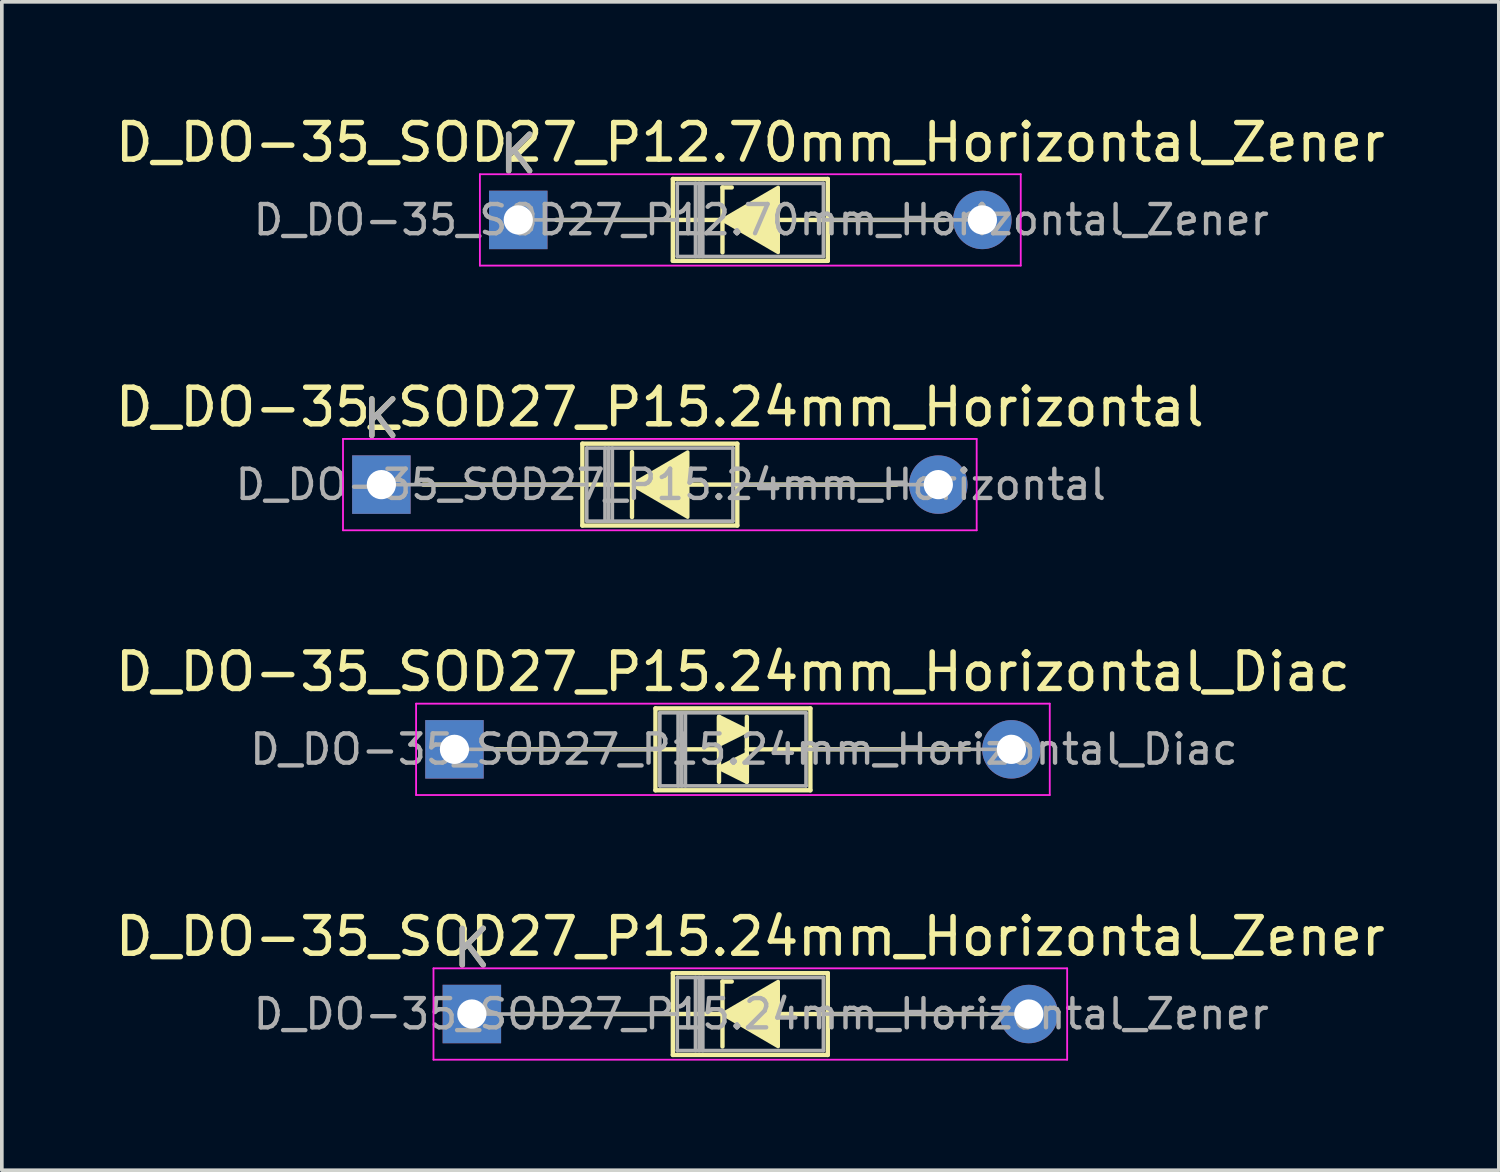
<source format=kicad_pcb>
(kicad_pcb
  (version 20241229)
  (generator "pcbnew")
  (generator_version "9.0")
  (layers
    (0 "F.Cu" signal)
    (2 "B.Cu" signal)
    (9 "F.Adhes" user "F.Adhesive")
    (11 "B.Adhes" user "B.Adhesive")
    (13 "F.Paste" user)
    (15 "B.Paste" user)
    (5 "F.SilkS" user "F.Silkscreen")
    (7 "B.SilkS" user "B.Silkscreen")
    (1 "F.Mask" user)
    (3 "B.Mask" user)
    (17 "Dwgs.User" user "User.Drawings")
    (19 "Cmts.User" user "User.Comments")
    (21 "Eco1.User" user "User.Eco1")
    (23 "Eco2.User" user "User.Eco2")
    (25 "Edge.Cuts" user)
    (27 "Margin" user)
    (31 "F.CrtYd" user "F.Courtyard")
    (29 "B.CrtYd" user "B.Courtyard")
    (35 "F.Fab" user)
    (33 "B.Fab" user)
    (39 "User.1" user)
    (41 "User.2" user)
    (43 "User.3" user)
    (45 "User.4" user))
  (footprint "D_DO-35_SOD27_P12.70mm_Horizontal_Zener"
    (layer "F.Cu")
    (at 11.132 2.968)
    (property "Reference" "D_DO-35_SOD27_P12.70mm_Horizontal_Zener" (at 6.35 -2.12 0) (layer "F.SilkS") (effects (font (size 1 1) (thickness 0.15))))
    (attr through_hole)
    (fp_line (start 1.04 0) (end 4.23 0) (stroke (width 0.12) (type solid)) (layer "F.SilkS"))
    (fp_line (start 4.23 -1.12) (end 4.23 1.12) (stroke (width 0.12) (type solid)) (layer "F.SilkS"))
    (fp_line (start 4.23 0) (end 5.969 0) (stroke (width 0.12) (type solid)) (layer "F.SilkS"))
    (fp_line (start 4.23 1.12) (end 8.47 1.12) (stroke (width 0.12) (type solid)) (layer "F.SilkS"))
    (fp_line (start 5.588 -0.889) (end 5.588 0.889) (stroke (width 0.12) (type solid)) (layer "F.SilkS"))
    (fp_line (start 5.588 -0.889) (end 5.842 -0.889) (stroke (width 0.12) (type solid)) (layer "F.SilkS"))
    (fp_line (start 8.47 -1.12) (end 4.23 -1.12) (stroke (width 0.12) (type solid)) (layer "F.SilkS"))
    (fp_line (start 8.47 0) (end 7.112 0) (stroke (width 0.12) (type solid)) (layer "F.SilkS"))
    (fp_line (start 8.47 1.12) (end 8.47 -1.12) (stroke (width 0.12) (type solid)) (layer "F.SilkS"))
    (fp_line (start 11.66 0) (end 8.47 0) (stroke (width 0.12) (type solid)) (layer "F.SilkS"))
    (fp_poly (pts (xy 7.112 0.889) (xy 5.588 0) (xy 7.112 -0.889)) (stroke (width 0.1) (type solid)) (fill yes) (layer "F.SilkS"))
    (fp_line (start -1.05 -1.25) (end -1.05 1.25) (stroke (width 0.05) (type solid)) (layer "F.CrtYd"))
    (fp_line (start -1.05 1.25) (end 13.75 1.25) (stroke (width 0.05) (type solid)) (layer "F.CrtYd"))
    (fp_line (start 13.75 -1.25) (end -1.05 -1.25) (stroke (width 0.05) (type solid)) (layer "F.CrtYd"))
    (fp_line (start 13.75 1.25) (end 13.75 -1.25) (stroke (width 0.05) (type solid)) (layer "F.CrtYd"))
    (fp_line (start 0 0) (end 4.35 0) (stroke (width 0.1) (type solid)) (layer "F.Fab"))
    (fp_line (start 4.35 -1) (end 4.35 1) (stroke (width 0.1) (type solid)) (layer "F.Fab"))
    (fp_line (start 4.35 1) (end 8.35 1) (stroke (width 0.1) (type solid)) (layer "F.Fab"))
    (fp_line (start 4.85 -1) (end 4.85 1) (stroke (width 0.1) (type solid)) (layer "F.Fab"))
    (fp_line (start 4.95 -1) (end 4.95 1) (stroke (width 0.1) (type solid)) (layer "F.Fab"))
    (fp_line (start 5.05 -1) (end 5.05 1) (stroke (width 0.1) (type solid)) (layer "F.Fab"))
    (fp_line (start 8.35 -1) (end 4.35 -1) (stroke (width 0.1) (type solid)) (layer "F.Fab"))
    (fp_line (start 8.35 1) (end 8.35 -1) (stroke (width 0.1) (type solid)) (layer "F.Fab"))
    (fp_line (start 12.7 0) (end 8.35 0) (stroke (width 0.1) (type solid)) (layer "F.Fab"))
    (fp_text user "K" (at 0 -1.8 0) (layer "F.SilkS") (effects (font (size 1 1) (thickness 0.15))))
    (fp_text user "K" (at 0 -1.8 0) (layer "F.Fab") (effects (font (size 1 1) (thickness 0.15))))
    (fp_text user "${REFERENCE}" (at 6.65 0 0) (layer "F.Fab") (effects (font (size 0.8 0.8) (thickness 0.12))))
    (pad "1" thru_hole rect (at 0 0) (size 1.6 1.6) (drill 0.8) (layers "*.Cu" "*.Mask"))
    (pad "2" thru_hole oval (at 12.7 0) (size 1.6 1.6) (drill 0.8) (layers "*.Cu" "*.Mask")))
  (footprint "D_DO-35_SOD27_P15.24mm_Horizontal_Zener"
    (layer "F.Cu")
    (at 9.862 24.698)
    (property "Reference" "D_DO-35_SOD27_P15.24mm_Horizontal_Zener" (at 7.62 -2.12 0) (layer "F.SilkS") (effects (font (size 1 1) (thickness 0.15))))
    (attr through_hole)
    (fp_line (start 1.143 0) (end 5.5 0) (stroke (width 0.12) (type solid)) (layer "F.SilkS"))
    (fp_line (start 5.5 -1.12) (end 5.5 1.12) (stroke (width 0.12) (type solid)) (layer "F.SilkS"))
    (fp_line (start 5.5 0) (end 7.239 0) (stroke (width 0.12) (type solid)) (layer "F.SilkS"))
    (fp_line (start 5.5 1.12) (end 9.74 1.12) (stroke (width 0.12) (type solid)) (layer "F.SilkS"))
    (fp_line (start 6.858 -0.889) (end 6.858 0.889) (stroke (width 0.12) (type solid)) (layer "F.SilkS"))
    (fp_line (start 6.858 -0.889) (end 7.112 -0.889) (stroke (width 0.12) (type solid)) (layer "F.SilkS"))
    (fp_line (start 9.74 -1.12) (end 5.5 -1.12) (stroke (width 0.12) (type solid)) (layer "F.SilkS"))
    (fp_line (start 9.74 0) (end 8.382 0) (stroke (width 0.12) (type solid)) (layer "F.SilkS"))
    (fp_line (start 9.74 1.12) (end 9.74 -1.12) (stroke (width 0.12) (type solid)) (layer "F.SilkS"))
    (fp_line (start 14.097 0) (end 9.74 0) (stroke (width 0.12) (type solid)) (layer "F.SilkS"))
    (fp_poly (pts (xy 8.382 0.889) (xy 6.858 0) (xy 8.382 -0.889)) (stroke (width 0.1) (type solid)) (fill yes) (layer "F.SilkS"))
    (fp_line (start -1.05 -1.25) (end -1.05 1.25) (stroke (width 0.05) (type solid)) (layer "F.CrtYd"))
    (fp_line (start -1.05 1.25) (end 16.29 1.25) (stroke (width 0.05) (type solid)) (layer "F.CrtYd"))
    (fp_line (start 16.29 -1.25) (end -1.05 -1.25) (stroke (width 0.05) (type solid)) (layer "F.CrtYd"))
    (fp_line (start 16.29 1.25) (end 16.29 -1.25) (stroke (width 0.05) (type solid)) (layer "F.CrtYd"))
    (fp_line (start 0 0) (end 5.62 0) (stroke (width 0.1) (type solid)) (layer "F.Fab"))
    (fp_line (start 5.62 -1) (end 5.62 1) (stroke (width 0.1) (type solid)) (layer "F.Fab"))
    (fp_line (start 5.62 1) (end 9.62 1) (stroke (width 0.1) (type solid)) (layer "F.Fab"))
    (fp_line (start 6.12 -1) (end 6.12 1) (stroke (width 0.1) (type solid)) (layer "F.Fab"))
    (fp_line (start 6.22 -1) (end 6.22 1) (stroke (width 0.1) (type solid)) (layer "F.Fab"))
    (fp_line (start 6.32 -1) (end 6.32 1) (stroke (width 0.1) (type solid)) (layer "F.Fab"))
    (fp_line (start 9.62 -1) (end 5.62 -1) (stroke (width 0.1) (type solid)) (layer "F.Fab"))
    (fp_line (start 9.62 1) (end 9.62 -1) (stroke (width 0.1) (type solid)) (layer "F.Fab"))
    (fp_line (start 15.24 0) (end 9.62 0) (stroke (width 0.1) (type solid)) (layer "F.Fab"))
    (fp_text user "K" (at 0 -1.8 0) (layer "F.SilkS") (effects (font (size 1 1) (thickness 0.15))))
    (fp_text user "${REFERENCE}" (at 7.92 0 0) (layer "F.Fab") (effects (font (size 0.8 0.8) (thickness 0.12))))
    (fp_text user "K" (at 0 -1.8 0) (layer "F.Fab") (effects (font (size 1 1) (thickness 0.15))))
    (pad "1" thru_hole rect (at 0 0) (size 1.6 1.6) (drill 0.8) (layers "*.Cu" "*.Mask"))
    (pad "2" thru_hole oval (at 15.24 0) (size 1.6 1.6) (drill 0.8) (layers "*.Cu" "*.Mask")))
  (footprint "D_DO-35_SOD27_P15.24mm_Horizontal"
    (layer "F.Cu")
    (at 7.386 10.211)
    (property "Reference" "D_DO-35_SOD27_P15.24mm_Horizontal" (at 7.62 -2.12 0) (layer "F.SilkS") (effects (font (size 1 1) (thickness 0.15))))
    (attr through_hole)
    (fp_line (start 1.143 0) (end 5.5 0) (stroke (width 0.12) (type solid)) (layer "F.SilkS"))
    (fp_line (start 5.5 -1.12) (end 5.5 1.12) (stroke (width 0.12) (type solid)) (layer "F.SilkS"))
    (fp_line (start 5.5 0) (end 7.239 0) (stroke (width 0.12) (type solid)) (layer "F.SilkS"))
    (fp_line (start 5.5 1.12) (end 9.74 1.12) (stroke (width 0.12) (type solid)) (layer "F.SilkS"))
    (fp_line (start 6.858 -0.889) (end 6.858 0.889) (stroke (width 0.12) (type solid)) (layer "F.SilkS"))
    (fp_line (start 9.74 -1.12) (end 5.5 -1.12) (stroke (width 0.12) (type solid)) (layer "F.SilkS"))
    (fp_line (start 9.74 0) (end 8.382 0) (stroke (width 0.12) (type solid)) (layer "F.SilkS"))
    (fp_line (start 9.74 1.12) (end 9.74 -1.12) (stroke (width 0.12) (type solid)) (layer "F.SilkS"))
    (fp_line (start 14.097 0) (end 9.74 0) (stroke (width 0.12) (type solid)) (layer "F.SilkS"))
    (fp_poly (pts (xy 8.382 0.889) (xy 6.858 0) (xy 8.382 -0.889)) (stroke (width 0.1) (type solid)) (fill yes) (layer "F.SilkS"))
    (fp_line (start -1.05 -1.25) (end -1.05 1.25) (stroke (width 0.05) (type solid)) (layer "F.CrtYd"))
    (fp_line (start -1.05 1.25) (end 16.29 1.25) (stroke (width 0.05) (type solid)) (layer "F.CrtYd"))
    (fp_line (start 16.29 -1.25) (end -1.05 -1.25) (stroke (width 0.05) (type solid)) (layer "F.CrtYd"))
    (fp_line (start 16.29 1.25) (end 16.29 -1.25) (stroke (width 0.05) (type solid)) (layer "F.CrtYd"))
    (fp_line (start 0 0) (end 5.62 0) (stroke (width 0.1) (type solid)) (layer "F.Fab"))
    (fp_line (start 5.62 -1) (end 5.62 1) (stroke (width 0.1) (type solid)) (layer "F.Fab"))
    (fp_line (start 5.62 1) (end 9.62 1) (stroke (width 0.1) (type solid)) (layer "F.Fab"))
    (fp_line (start 6.12 -1) (end 6.12 1) (stroke (width 0.1) (type solid)) (layer "F.Fab"))
    (fp_line (start 6.22 -1) (end 6.22 1) (stroke (width 0.1) (type solid)) (layer "F.Fab"))
    (fp_line (start 6.32 -1) (end 6.32 1) (stroke (width 0.1) (type solid)) (layer "F.Fab"))
    (fp_line (start 9.62 -1) (end 5.62 -1) (stroke (width 0.1) (type solid)) (layer "F.Fab"))
    (fp_line (start 9.62 1) (end 9.62 -1) (stroke (width 0.1) (type solid)) (layer "F.Fab"))
    (fp_line (start 15.24 0) (end 9.62 0) (stroke (width 0.1) (type solid)) (layer "F.Fab"))
    (fp_text user "K" (at 0 -1.8 0) (layer "F.SilkS") (effects (font (size 1 1) (thickness 0.15))))
    (fp_text user "${REFERENCE}" (at 7.92 0 0) (layer "F.Fab") (effects (font (size 0.8 0.8) (thickness 0.12))))
    (fp_text user "K" (at 0 -1.8 0) (layer "F.Fab") (effects (font (size 1 1) (thickness 0.15))))
    (pad "1" thru_hole rect (at 0 0) (size 1.6 1.6) (drill 0.8) (layers "*.Cu" "*.Mask"))
    (pad "2" thru_hole oval (at 15.24 0) (size 1.6 1.6) (drill 0.8) (layers "*.Cu" "*.Mask")))
  (footprint "D_DO-35_SOD27_P15.24mm_Horizontal_Diac"
    (layer "F.Cu")
    (at 9.386 17.455)
    (property "Reference" "D_DO-35_SOD27_P15.24mm_Horizontal_Diac" (at 7.62 -2.12 0) (layer "F.SilkS") (effects (font (size 1 1) (thickness 0.15))))
    (fp_line (start 1.143 0) (end 5.5 0) (stroke (width 0.12) (type solid)) (layer "F.SilkS"))
    (fp_line (start 5.461 0) (end 7.239 0) (stroke (width 0.12) (type solid)) (layer "F.SilkS"))
    (fp_line (start 5.5 -1.12) (end 5.5 1.12) (stroke (width 0.12) (type solid)) (layer "F.SilkS"))
    (fp_line (start 5.5 1.12) (end 9.74 1.12) (stroke (width 0.12) (type solid)) (layer "F.SilkS"))
    (fp_line (start 7.239 -0.889) (end 7.239 0.889) (stroke (width 0.12) (type solid)) (layer "F.SilkS"))
    (fp_line (start 8.001 -0.889) (end 8.001 0.889) (stroke (width 0.12) (type solid)) (layer "F.SilkS"))
    (fp_line (start 9.74 -1.12) (end 5.5 -1.12) (stroke (width 0.12) (type solid)) (layer "F.SilkS"))
    (fp_line (start 9.74 0) (end 8.001 0) (stroke (width 0.12) (type solid)) (layer "F.SilkS"))
    (fp_line (start 9.74 1.12) (end 9.74 -1.12) (stroke (width 0.12) (type solid)) (layer "F.SilkS"))
    (fp_line (start 14.097 0) (end 9.74 0) (stroke (width 0.12) (type solid)) (layer "F.SilkS"))
    (fp_poly (pts (xy 8.001 -0.508) (xy 7.239 -0.127) (xy 7.239 -0.889)) (stroke (width 0.12) (type solid)) (fill yes) (layer "F.SilkS"))
    (fp_poly (pts (xy 8.001 0.889) (xy 7.239 0.508) (xy 8.001 0.127)) (stroke (width 0.12) (type solid)) (fill yes) (layer "F.SilkS"))
    (fp_line (start -1.05 -1.25) (end -1.05 1.25) (stroke (width 0.05) (type solid)) (layer "F.CrtYd"))
    (fp_line (start -1.05 1.25) (end 16.29 1.25) (stroke (width 0.05) (type solid)) (layer "F.CrtYd"))
    (fp_line (start 16.29 -1.25) (end -1.05 -1.25) (stroke (width 0.05) (type solid)) (layer "F.CrtYd"))
    (fp_line (start 16.29 1.25) (end 16.29 -1.25) (stroke (width 0.05) (type solid)) (layer "F.CrtYd"))
    (fp_line (start 0 0) (end 5.62 0) (stroke (width 0.1) (type solid)) (layer "F.Fab"))
    (fp_line (start 5.62 -1) (end 5.62 1) (stroke (width 0.1) (type solid)) (layer "F.Fab"))
    (fp_line (start 5.62 1) (end 9.62 1) (stroke (width 0.1) (type solid)) (layer "F.Fab"))
    (fp_line (start 6.12 -1) (end 6.12 1) (stroke (width 0.1) (type solid)) (layer "F.Fab"))
    (fp_line (start 6.22 -1) (end 6.22 1) (stroke (width 0.1) (type solid)) (layer "F.Fab"))
    (fp_line (start 6.32 -1) (end 6.32 1) (stroke (width 0.1) (type solid)) (layer "F.Fab"))
    (fp_line (start 9.62 -1) (end 5.62 -1) (stroke (width 0.1) (type solid)) (layer "F.Fab"))
    (fp_line (start 9.62 1) (end 9.62 -1) (stroke (width 0.1) (type solid)) (layer "F.Fab"))
    (fp_line (start 15.24 0) (end 9.62 0) (stroke (width 0.1) (type solid)) (layer "F.Fab"))
    (fp_text user "${REFERENCE}" (at 7.92 0 0) (layer "F.Fab") (effects (font (size 0.8 0.8) (thickness 0.12))))
    (pad "1" thru_hole rect (at 0 0) (size 1.6 1.6) (drill 0.8) (layers "*.Cu" "*.Mask"))
    (pad "2" thru_hole oval (at 15.24 0) (size 1.6 1.6) (drill 0.8) (layers "*.Cu" "*.Mask")))
  (gr_rect
    (start -3 -3)
    (end 37.964 28.973)
    (stroke (width 0.1) (type default))
    (fill no)
    (layer "Edge.Cuts")))
</source>
